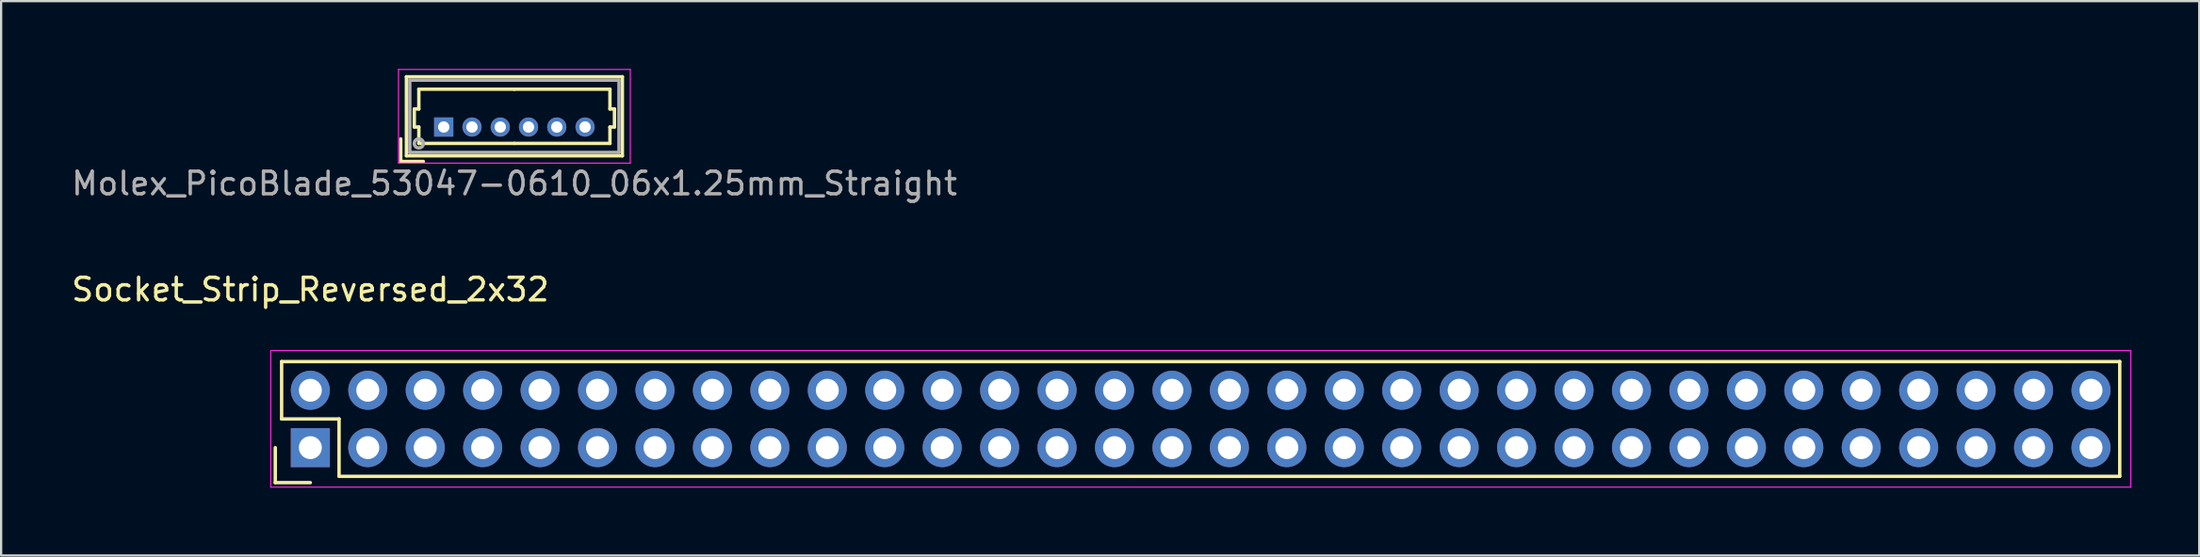
<source format=kicad_pcb>
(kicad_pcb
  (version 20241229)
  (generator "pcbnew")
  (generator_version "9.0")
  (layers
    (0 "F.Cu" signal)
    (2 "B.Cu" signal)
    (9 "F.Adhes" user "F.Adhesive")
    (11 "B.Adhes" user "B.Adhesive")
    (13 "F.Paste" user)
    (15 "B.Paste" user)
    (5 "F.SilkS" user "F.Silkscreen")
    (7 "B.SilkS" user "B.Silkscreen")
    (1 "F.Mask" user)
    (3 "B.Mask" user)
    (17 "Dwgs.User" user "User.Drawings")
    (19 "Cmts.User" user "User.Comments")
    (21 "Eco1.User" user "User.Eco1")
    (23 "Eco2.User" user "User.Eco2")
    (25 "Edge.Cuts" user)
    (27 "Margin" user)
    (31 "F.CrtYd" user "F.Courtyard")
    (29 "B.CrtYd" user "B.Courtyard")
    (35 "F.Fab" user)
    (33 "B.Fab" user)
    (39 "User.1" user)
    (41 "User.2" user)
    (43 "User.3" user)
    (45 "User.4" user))
  (footprint "Molex_PicoBlade_53047-0610_06x1.25mm_Straight"
    (layer "F.Cu")
    (at 16.571 2.575)
    (property "Reference" "Molex_PicoBlade_53047-0610_06x1.25mm_Straight" (at 3.125 2.5 0) (layer "F.Fab") (effects (font (size 1 1) (thickness 0.15))))
    (attr through_hole)
    (fp_line (start -1.9 1.525) (end -1.9 0.525) (stroke (width 0.15) (type solid)) (layer "F.SilkS"))
    (fp_line (start -1.9 1.525) (end -0.9 1.525) (stroke (width 0.15) (type solid)) (layer "F.SilkS"))
    (fp_line (start -1.65 -2.225) (end -1.65 1.275) (stroke (width 0.15) (type solid)) (layer "F.SilkS"))
    (fp_line (start -1.65 1.275) (end 7.9 1.275) (stroke (width 0.15) (type solid)) (layer "F.SilkS"))
    (fp_line (start -1.3 -0.8) (end -1.1 -0.8) (stroke (width 0.15) (type solid)) (layer "F.SilkS"))
    (fp_line (start -1.3 0) (end -1.3 -0.8) (stroke (width 0.15) (type solid)) (layer "F.SilkS"))
    (fp_line (start -1.1 -1.675) (end 3.125 -1.675) (stroke (width 0.15) (type solid)) (layer "F.SilkS"))
    (fp_line (start -1.1 -0.8) (end -1.1 -1.675) (stroke (width 0.15) (type solid)) (layer "F.SilkS"))
    (fp_line (start -1.1 0) (end -1.3 0) (stroke (width 0.15) (type solid)) (layer "F.SilkS"))
    (fp_line (start -1.1 0.725) (end -1.1 0) (stroke (width 0.15) (type solid)) (layer "F.SilkS"))
    (fp_line (start 3.125 0.725) (end -1.1 0.725) (stroke (width 0.15) (type solid)) (layer "F.SilkS"))
    (fp_line (start 3.125 0.725) (end 7.35 0.725) (stroke (width 0.15) (type solid)) (layer "F.SilkS"))
    (fp_line (start 7.35 -1.675) (end 3.125 -1.675) (stroke (width 0.15) (type solid)) (layer "F.SilkS"))
    (fp_line (start 7.35 -0.8) (end 7.35 -1.675) (stroke (width 0.15) (type solid)) (layer "F.SilkS"))
    (fp_line (start 7.35 0) (end 7.55 0) (stroke (width 0.15) (type solid)) (layer "F.SilkS"))
    (fp_line (start 7.35 0.725) (end 7.35 0) (stroke (width 0.15) (type solid)) (layer "F.SilkS"))
    (fp_line (start 7.55 -0.8) (end 7.35 -0.8) (stroke (width 0.15) (type solid)) (layer "F.SilkS"))
    (fp_line (start 7.55 0) (end 7.55 -0.8) (stroke (width 0.15) (type solid)) (layer "F.SilkS"))
    (fp_line (start 7.9 -2.225) (end -1.65 -2.225) (stroke (width 0.15) (type solid)) (layer "F.SilkS"))
    (fp_line (start 7.9 1.275) (end 7.9 -2.225) (stroke (width 0.15) (type solid)) (layer "F.SilkS"))
    (fp_line (start -2 -2.55) (end -2 1.6) (stroke (width 0.05) (type solid)) (layer "F.CrtYd"))
    (fp_line (start -2 1.6) (end 8.25 1.6) (stroke (width 0.05) (type solid)) (layer "F.CrtYd"))
    (fp_line (start 8.25 -2.55) (end -2 -2.55) (stroke (width 0.05) (type solid)) (layer "F.CrtYd"))
    (fp_line (start 8.25 1.6) (end 8.25 -2.55) (stroke (width 0.05) (type solid)) (layer "F.CrtYd"))
    (fp_line (start -1.5 -2.075) (end -1.5 1.125) (stroke (width 0.15) (type solid)) (layer "F.Fab"))
    (fp_line (start -1.5 1.125) (end 7.75 1.125) (stroke (width 0.15) (type solid)) (layer "F.Fab"))
    (fp_line (start 7.75 -2.075) (end -1.5 -2.075) (stroke (width 0.15) (type solid)) (layer "F.Fab"))
    (fp_line (start 7.75 1.125) (end 7.75 -2.075) (stroke (width 0.15) (type solid)) (layer "F.Fab"))
    (fp_circle (center -1.1 0.725) (end -0.9 0.725) (stroke (width 0.15) (type solid)) (fill no) (layer "F.Fab"))
    (pad "1" thru_hole rect (at 0 0) (size 0.85 0.85) (drill 0.5) (layers "*.Cu" "*.Mask"))
    (pad "2" thru_hole circle (at 1.25 0) (size 0.85 0.85) (drill 0.5) (layers "*.Cu" "*.Mask"))
    (pad "3" thru_hole circle (at 2.5 0) (size 0.85 0.85) (drill 0.5) (layers "*.Cu" "*.Mask"))
    (pad "4" thru_hole circle (at 3.75 0) (size 0.85 0.85) (drill 0.5) (layers "*.Cu" "*.Mask"))
    (pad "5" thru_hole circle (at 5 0) (size 0.85 0.85) (drill 0.5) (layers "*.Cu" "*.Mask"))
    (pad "6" thru_hole circle (at 6.25 0) (size 0.85 0.85) (drill 0.5) (layers "*.Cu" "*.Mask")))
  (footprint "Socket_Strip_Reversed_2x32"
    (layer "F.Cu")
    (at 10.673 16.771)
    (property "Reference" "Socket_Strip_Reversed_2x32" (at 0 -7 0) (layer "F.SilkS") (effects (font (size 1 1) (thickness 0.15))))
    (attr through_hole)
    (fp_line (start -1.55 1.55) (end -1.55 0) (stroke (width 0.15) (type solid)) (layer "F.SilkS"))
    (fp_line (start -1.27 -3.81) (end -1.27 -1.27) (stroke (width 0.15) (type solid)) (layer "F.SilkS"))
    (fp_line (start -1.27 -1.27) (end 1.27 -1.27) (stroke (width 0.15) (type solid)) (layer "F.SilkS"))
    (fp_line (start 0 1.55) (end -1.55 1.55) (stroke (width 0.15) (type solid)) (layer "F.SilkS"))
    (fp_line (start 1.27 -1.27) (end 1.27 1.27) (stroke (width 0.15) (type solid)) (layer "F.SilkS"))
    (fp_line (start 1.27 1.27) (end 80.01 1.27) (stroke (width 0.15) (type solid)) (layer "F.SilkS"))
    (fp_line (start 80.01 -3.81) (end -1.27 -3.81) (stroke (width 0.15) (type solid)) (layer "F.SilkS"))
    (fp_line (start 80.01 -3.81) (end 80.01 1.27) (stroke (width 0.15) (type solid)) (layer "F.SilkS"))
    (fp_line (start -1.75 -4.3) (end 80.5 -4.3) (stroke (width 0.05) (type solid)) (layer "F.CrtYd"))
    (fp_line (start -1.75 1.75) (end -1.75 -4.3) (stroke (width 0.05) (type solid)) (layer "F.CrtYd"))
    (fp_line (start -1.75 1.75) (end 80.5 1.75) (stroke (width 0.05) (type solid)) (layer "F.CrtYd"))
    (fp_line (start 80.5 1.75) (end 80.5 -4.3) (stroke (width 0.05) (type solid)) (layer "F.CrtYd"))
    (pad "1" thru_hole rect (at 0 0) (size 1.727 1.727) (drill 1.016) (layers "*.Cu" "*.Mask"))
    (pad "2" thru_hole oval (at 0 -2.54) (size 1.727 1.727) (drill 1.016) (layers "*.Cu" "*.Mask"))
    (pad "3" thru_hole oval (at 2.54 0) (size 1.727 1.727) (drill 1.016) (layers "*.Cu" "*.Mask"))
    (pad "4" thru_hole oval (at 2.54 -2.54) (size 1.727 1.727) (drill 1.016) (layers "*.Cu" "*.Mask"))
    (pad "5" thru_hole oval (at 5.08 0) (size 1.727 1.727) (drill 1.016) (layers "*.Cu" "*.Mask"))
    (pad "6" thru_hole oval (at 5.08 -2.54) (size 1.727 1.727) (drill 1.016) (layers "*.Cu" "*.Mask"))
    (pad "7" thru_hole oval (at 7.62 0) (size 1.727 1.727) (drill 1.016) (layers "*.Cu" "*.Mask"))
    (pad "8" thru_hole oval (at 7.62 -2.54) (size 1.727 1.727) (drill 1.016) (layers "*.Cu" "*.Mask"))
    (pad "9" thru_hole oval (at 10.16 0) (size 1.727 1.727) (drill 1.016) (layers "*.Cu" "*.Mask"))
    (pad "10" thru_hole oval (at 10.16 -2.54) (size 1.727 1.727) (drill 1.016) (layers "*.Cu" "*.Mask"))
    (pad "11" thru_hole oval (at 12.7 0) (size 1.727 1.727) (drill 1.016) (layers "*.Cu" "*.Mask"))
    (pad "12" thru_hole oval (at 12.7 -2.54) (size 1.727 1.727) (drill 1.016) (layers "*.Cu" "*.Mask"))
    (pad "13" thru_hole oval (at 15.24 0) (size 1.727 1.727) (drill 1.016) (layers "*.Cu" "*.Mask"))
    (pad "14" thru_hole oval (at 15.24 -2.54) (size 1.727 1.727) (drill 1.016) (layers "*.Cu" "*.Mask"))
    (pad "15" thru_hole oval (at 17.78 0) (size 1.727 1.727) (drill 1.016) (layers "*.Cu" "*.Mask"))
    (pad "16" thru_hole oval (at 17.78 -2.54) (size 1.727 1.727) (drill 1.016) (layers "*.Cu" "*.Mask"))
    (pad "17" thru_hole oval (at 20.32 0) (size 1.727 1.727) (drill 1.016) (layers "*.Cu" "*.Mask"))
    (pad "18" thru_hole oval (at 20.32 -2.54) (size 1.727 1.727) (drill 1.016) (layers "*.Cu" "*.Mask"))
    (pad "19" thru_hole oval (at 22.86 0) (size 1.727 1.727) (drill 1.016) (layers "*.Cu" "*.Mask"))
    (pad "20" thru_hole oval (at 22.86 -2.54) (size 1.727 1.727) (drill 1.016) (layers "*.Cu" "*.Mask"))
    (pad "21" thru_hole oval (at 25.4 0) (size 1.727 1.727) (drill 1.016) (layers "*.Cu" "*.Mask"))
    (pad "22" thru_hole oval (at 25.4 -2.54) (size 1.727 1.727) (drill 1.016) (layers "*.Cu" "*.Mask"))
    (pad "23" thru_hole oval (at 27.94 0) (size 1.727 1.727) (drill 1.016) (layers "*.Cu" "*.Mask"))
    (pad "24" thru_hole oval (at 27.94 -2.54) (size 1.727 1.727) (drill 1.016) (layers "*.Cu" "*.Mask"))
    (pad "25" thru_hole oval (at 30.48 0) (size 1.727 1.727) (drill 1.016) (layers "*.Cu" "*.Mask"))
    (pad "26" thru_hole oval (at 30.48 -2.54) (size 1.727 1.727) (drill 1.016) (layers "*.Cu" "*.Mask"))
    (pad "27" thru_hole oval (at 33.02 0) (size 1.727 1.727) (drill 1.016) (layers "*.Cu" "*.Mask"))
    (pad "28" thru_hole oval (at 33.02 -2.54) (size 1.727 1.727) (drill 1.016) (layers "*.Cu" "*.Mask"))
    (pad "29" thru_hole oval (at 35.56 0) (size 1.727 1.727) (drill 1.016) (layers "*.Cu" "*.Mask"))
    (pad "30" thru_hole oval (at 35.56 -2.54) (size 1.727 1.727) (drill 1.016) (layers "*.Cu" "*.Mask"))
    (pad "31" thru_hole oval (at 38.1 0) (size 1.727 1.727) (drill 1.016) (layers "*.Cu" "*.Mask"))
    (pad "32" thru_hole oval (at 38.1 -2.54) (size 1.727 1.727) (drill 1.016) (layers "*.Cu" "*.Mask"))
    (pad "33" thru_hole oval (at 40.64 0) (size 1.727 1.727) (drill 1.016) (layers "*.Cu" "*.Mask"))
    (pad "34" thru_hole oval (at 40.64 -2.54) (size 1.727 1.727) (drill 1.016) (layers "*.Cu" "*.Mask"))
    (pad "35" thru_hole oval (at 43.18 0) (size 1.727 1.727) (drill 1.016) (layers "*.Cu" "*.Mask"))
    (pad "36" thru_hole oval (at 43.18 -2.54) (size 1.727 1.727) (drill 1.016) (layers "*.Cu" "*.Mask"))
    (pad "37" thru_hole oval (at 45.72 0) (size 1.727 1.727) (drill 1.016) (layers "*.Cu" "*.Mask"))
    (pad "38" thru_hole oval (at 45.72 -2.54) (size 1.727 1.727) (drill 1.016) (layers "*.Cu" "*.Mask"))
    (pad "39" thru_hole oval (at 48.26 0) (size 1.727 1.727) (drill 1.016) (layers "*.Cu" "*.Mask"))
    (pad "40" thru_hole oval (at 48.26 -2.54) (size 1.727 1.727) (drill 1.016) (layers "*.Cu" "*.Mask"))
    (pad "41" thru_hole oval (at 50.8 0) (size 1.727 1.727) (drill 1.016) (layers "*.Cu" "*.Mask"))
    (pad "42" thru_hole oval (at 50.8 -2.54) (size 1.727 1.727) (drill 1.016) (layers "*.Cu" "*.Mask"))
    (pad "43" thru_hole oval (at 53.34 0) (size 1.727 1.727) (drill 1.016) (layers "*.Cu" "*.Mask"))
    (pad "44" thru_hole oval (at 53.34 -2.54) (size 1.727 1.727) (drill 1.016) (layers "*.Cu" "*.Mask"))
    (pad "45" thru_hole oval (at 55.88 0) (size 1.727 1.727) (drill 1.016) (layers "*.Cu" "*.Mask"))
    (pad "46" thru_hole oval (at 55.88 -2.54) (size 1.727 1.727) (drill 1.016) (layers "*.Cu" "*.Mask"))
    (pad "47" thru_hole oval (at 58.42 0) (size 1.727 1.727) (drill 1.016) (layers "*.Cu" "*.Mask"))
    (pad "48" thru_hole oval (at 58.42 -2.54) (size 1.727 1.727) (drill 1.016) (layers "*.Cu" "*.Mask"))
    (pad "49" thru_hole oval (at 60.96 0) (size 1.727 1.727) (drill 1.016) (layers "*.Cu" "*.Mask"))
    (pad "50" thru_hole oval (at 60.96 -2.54) (size 1.727 1.727) (drill 1.016) (layers "*.Cu" "*.Mask"))
    (pad "51" thru_hole oval (at 63.5 0) (size 1.727 1.727) (drill 1.016) (layers "*.Cu" "*.Mask"))
    (pad "52" thru_hole oval (at 63.5 -2.54) (size 1.727 1.727) (drill 1.016) (layers "*.Cu" "*.Mask"))
    (pad "53" thru_hole oval (at 66.04 0) (size 1.727 1.727) (drill 1.016) (layers "*.Cu" "*.Mask"))
    (pad "54" thru_hole oval (at 66.04 -2.54) (size 1.727 1.727) (drill 1.016) (layers "*.Cu" "*.Mask"))
    (pad "55" thru_hole oval (at 68.58 0) (size 1.727 1.727) (drill 1.016) (layers "*.Cu" "*.Mask"))
    (pad "56" thru_hole oval (at 68.58 -2.54) (size 1.727 1.727) (drill 1.016) (layers "*.Cu" "*.Mask"))
    (pad "57" thru_hole oval (at 71.12 0) (size 1.727 1.727) (drill 1.016) (layers "*.Cu" "*.Mask"))
    (pad "58" thru_hole oval (at 71.12 -2.54) (size 1.727 1.727) (drill 1.016) (layers "*.Cu" "*.Mask"))
    (pad "59" thru_hole oval (at 73.66 0) (size 1.727 1.727) (drill 1.016) (layers "*.Cu" "*.Mask"))
    (pad "60" thru_hole oval (at 73.66 -2.54) (size 1.727 1.727) (drill 1.016) (layers "*.Cu" "*.Mask"))
    (pad "61" thru_hole oval (at 76.2 0) (size 1.727 1.727) (drill 1.016) (layers "*.Cu" "*.Mask"))
    (pad "62" thru_hole oval (at 76.2 -2.54) (size 1.727 1.727) (drill 1.016) (layers "*.Cu" "*.Mask"))
    (pad "63" thru_hole oval (at 78.74 0) (size 1.727 1.727) (drill 1.016) (layers "*.Cu" "*.Mask"))
    (pad "64" thru_hole oval (at 78.74 -2.54) (size 1.727 1.727) (drill 1.016) (layers "*.Cu" "*.Mask")))
  (gr_rect
    (start -3 -3)
    (end 94.198 21.547)
    (stroke (width 0.1) (type default))
    (fill no)
    (layer "Edge.Cuts")))
</source>
